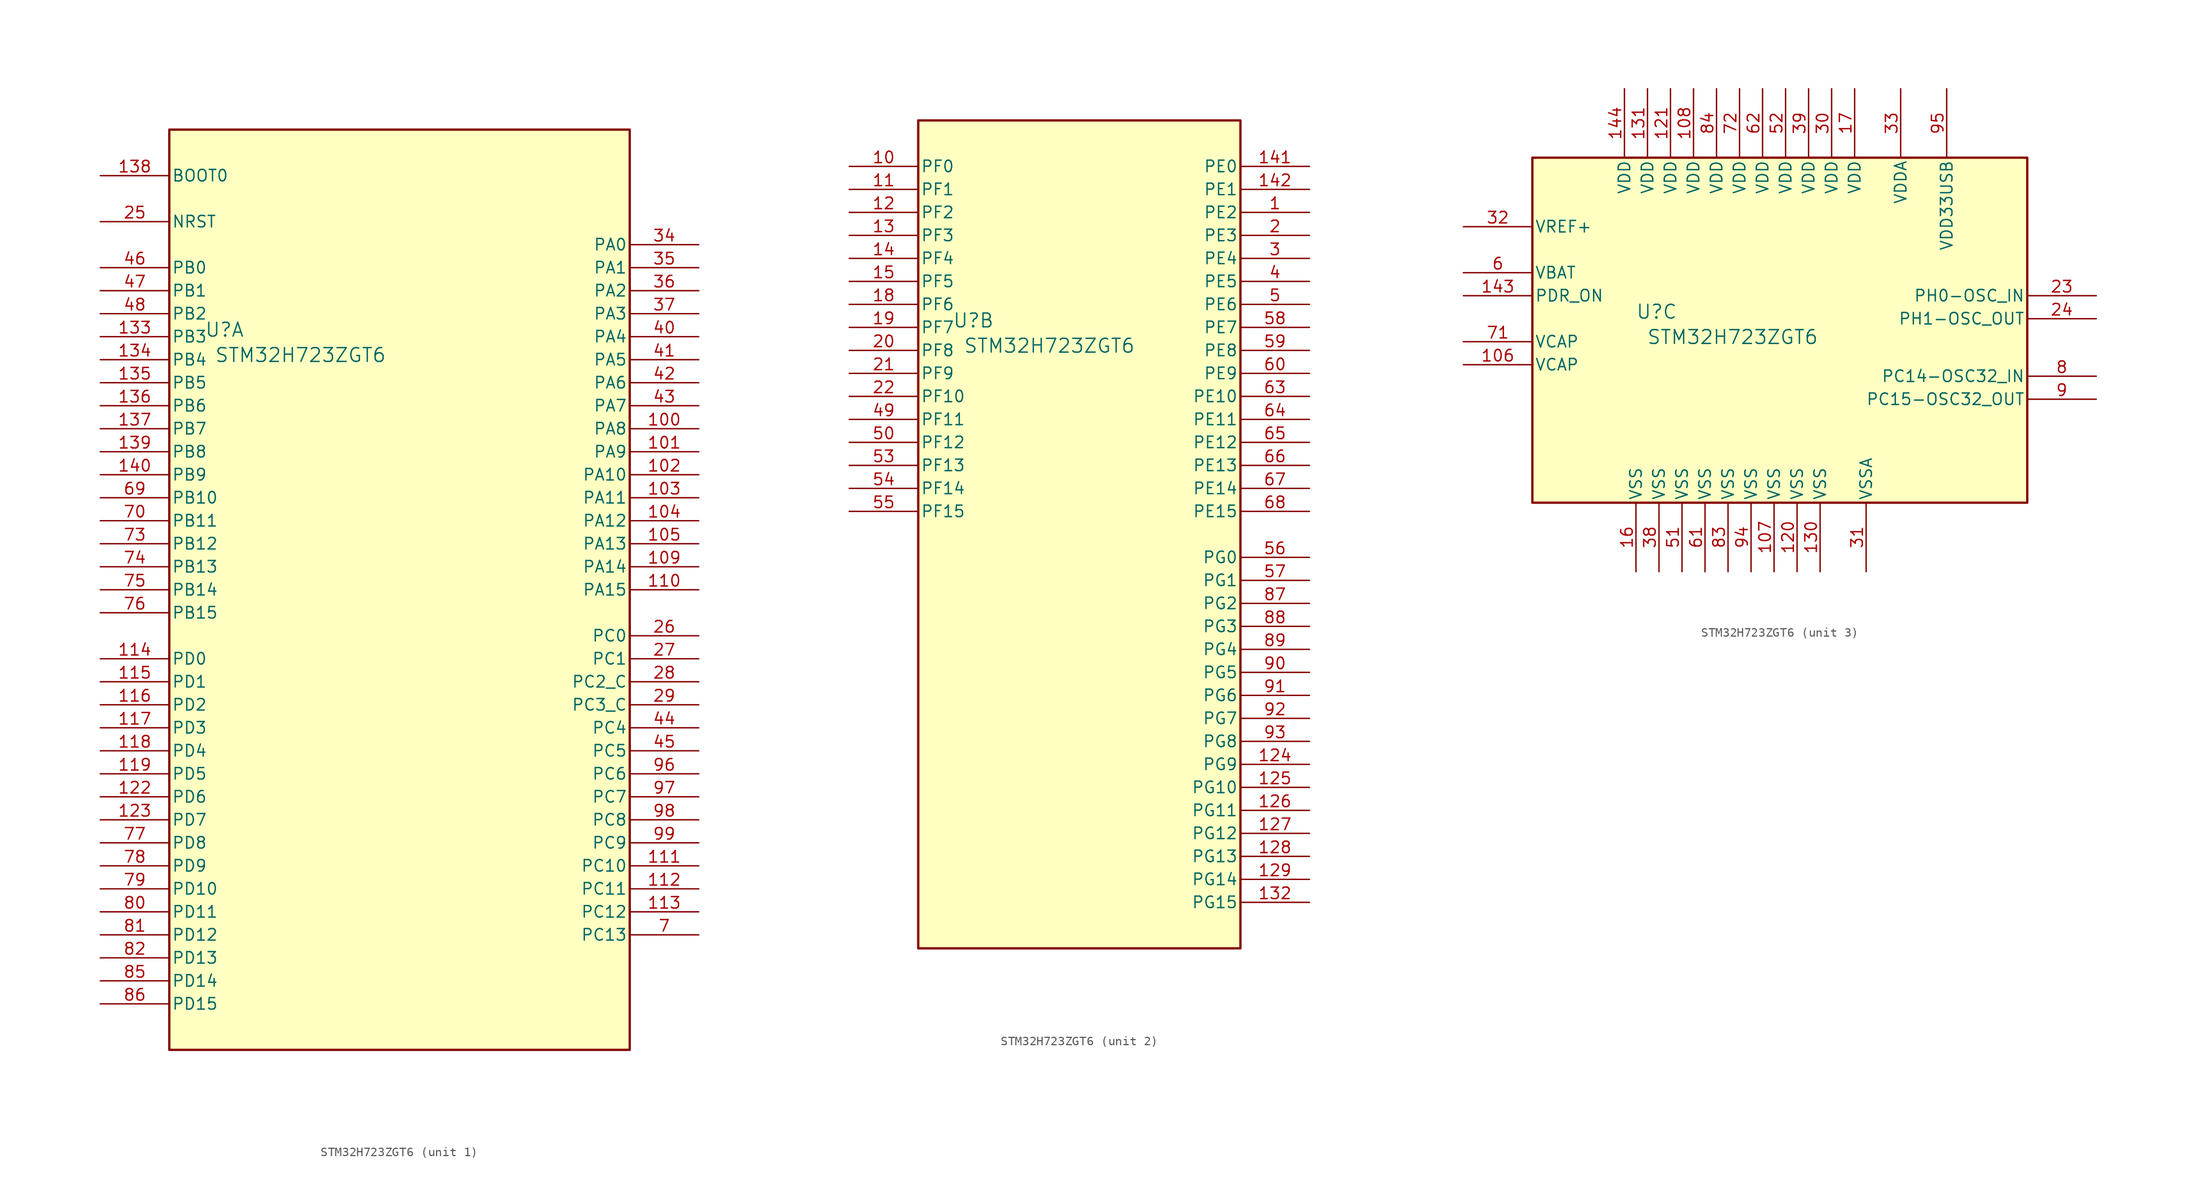
<source format=kicad_sym>
(kicad_symbol_lib
  (version 20231120)
  (generator "kicad_symbol_editor")
  (generator_version "8.0")
  (symbol "STM32H723ZGT6"
    (pin_names
      (offset 0.254))
    (property "Reference" "U"
      (at 13.716 -17.018 0)
      (effects (font (size 1.524 1.524))))
    (property "Value" "STM32H723ZGT6"
      (at 22.098 -19.812 0)
      (effects (font (size 1.524 1.524))))
    (property "ki_locked" ""
      (at 0 0 0)
      (effects (font (size 1.27 1.27))))
    (symbol "STM32H723ZGT6_1_1"
      (rectangle (start 7.62 5.08) (end 58.42 -96.52) (stroke (width 0.254) (type default)) (fill (type background)))
      (pin bidirectional line (at 66.04 -27.94 180) (length 7.62) (name "PA8" (effects (font (size 1.27 1.27)))) (number "100" (effects (font (size 1.27 1.27)))))
      (pin bidirectional line (at 66.04 -30.48 180) (length 7.62) (name "PA9" (effects (font (size 1.27 1.27)))) (number "101" (effects (font (size 1.27 1.27)))))
      (pin bidirectional line (at 66.04 -33.02 180) (length 7.62) (name "PA10" (effects (font (size 1.27 1.27)))) (number "102" (effects (font (size 1.27 1.27)))))
      (pin bidirectional line (at 66.04 -35.56 180) (length 7.62) (name "PA11" (effects (font (size 1.27 1.27)))) (number "103" (effects (font (size 1.27 1.27)))))
      (pin bidirectional line (at 66.04 -38.1 180) (length 7.62) (name "PA12" (effects (font (size 1.27 1.27)))) (number "104" (effects (font (size 1.27 1.27)))))
      (pin bidirectional line (at 66.04 -40.64 180) (length 7.62) (name "PA13" (effects (font (size 1.27 1.27)))) (number "105" (effects (font (size 1.27 1.27)))))
      (pin bidirectional line (at 66.04 -43.18 180) (length 7.62) (name "PA14" (effects (font (size 1.27 1.27)))) (number "109" (effects (font (size 1.27 1.27)))))
      (pin bidirectional line (at 66.04 -45.72 180) (length 7.62) (name "PA15" (effects (font (size 1.27 1.27)))) (number "110" (effects (font (size 1.27 1.27)))))
      (pin bidirectional line (at 66.04 -76.2 180) (length 7.62) (name "PC10" (effects (font (size 1.27 1.27)))) (number "111" (effects (font (size 1.27 1.27)))))
      (pin bidirectional line (at 66.04 -78.74 180) (length 7.62) (name "PC11" (effects (font (size 1.27 1.27)))) (number "112" (effects (font (size 1.27 1.27)))))
      (pin bidirectional line (at 66.04 -81.28 180) (length 7.62) (name "PC12" (effects (font (size 1.27 1.27)))) (number "113" (effects (font (size 1.27 1.27)))))
      (pin bidirectional line (at 0 -53.34 0) (length 7.62) (name "PD0" (effects (font (size 1.27 1.27)))) (number "114" (effects (font (size 1.27 1.27)))))
      (pin bidirectional line (at 0 -55.88 0) (length 7.62) (name "PD1" (effects (font (size 1.27 1.27)))) (number "115" (effects (font (size 1.27 1.27)))))
      (pin bidirectional line (at 0 -58.42 0) (length 7.62) (name "PD2" (effects (font (size 1.27 1.27)))) (number "116" (effects (font (size 1.27 1.27)))))
      (pin bidirectional line (at 0 -60.96 0) (length 7.62) (name "PD3" (effects (font (size 1.27 1.27)))) (number "117" (effects (font (size 1.27 1.27)))))
      (pin bidirectional line (at 0 -63.5 0) (length 7.62) (name "PD4" (effects (font (size 1.27 1.27)))) (number "118" (effects (font (size 1.27 1.27)))))
      (pin bidirectional line (at 0 -66.04 0) (length 7.62) (name "PD5" (effects (font (size 1.27 1.27)))) (number "119" (effects (font (size 1.27 1.27)))))
      (pin bidirectional line (at 0 -68.58 0) (length 7.62) (name "PD6" (effects (font (size 1.27 1.27)))) (number "122" (effects (font (size 1.27 1.27)))))
      (pin bidirectional line (at 0 -71.12 0) (length 7.62) (name "PD7" (effects (font (size 1.27 1.27)))) (number "123" (effects (font (size 1.27 1.27)))))
      (pin bidirectional line (at 0 -17.78 0) (length 7.62) (name "PB3" (effects (font (size 1.27 1.27)))) (number "133" (effects (font (size 1.27 1.27)))))
      (pin bidirectional line (at 0 -20.32 0) (length 7.62) (name "PB4" (effects (font (size 1.27 1.27)))) (number "134" (effects (font (size 1.27 1.27)))))
      (pin bidirectional line (at 0 -22.86 0) (length 7.62) (name "PB5" (effects (font (size 1.27 1.27)))) (number "135" (effects (font (size 1.27 1.27)))))
      (pin bidirectional line (at 0 -25.4 0) (length 7.62) (name "PB6" (effects (font (size 1.27 1.27)))) (number "136" (effects (font (size 1.27 1.27)))))
      (pin bidirectional line (at 0 -27.94 0) (length 7.62) (name "PB7" (effects (font (size 1.27 1.27)))) (number "137" (effects (font (size 1.27 1.27)))))
      (pin input line (at 0 0 0) (length 7.62) (name "BOOT0" (effects (font (size 1.27 1.27)))) (number "138" (effects (font (size 1.27 1.27)))))
      (pin bidirectional line (at 0 -30.48 0) (length 7.62) (name "PB8" (effects (font (size 1.27 1.27)))) (number "139" (effects (font (size 1.27 1.27)))))
      (pin bidirectional line (at 0 -33.02 0) (length 7.62) (name "PB9" (effects (font (size 1.27 1.27)))) (number "140" (effects (font (size 1.27 1.27)))))
      (pin bidirectional line (at 0 -5.08 0) (length 7.62) (name "NRST" (effects (font (size 1.27 1.27)))) (number "25" (effects (font (size 1.27 1.27)))))
      (pin bidirectional line (at 66.04 -50.8 180) (length 7.62) (name "PC0" (effects (font (size 1.27 1.27)))) (number "26" (effects (font (size 1.27 1.27)))))
      (pin bidirectional line (at 66.04 -53.34 180) (length 7.62) (name "PC1" (effects (font (size 1.27 1.27)))) (number "27" (effects (font (size 1.27 1.27)))))
      (pin bidirectional line (at 66.04 -55.88 180) (length 7.62) (name "PC2_C" (effects (font (size 1.27 1.27)))) (number "28" (effects (font (size 1.27 1.27)))))
      (pin bidirectional line (at 66.04 -58.42 180) (length 7.62) (name "PC3_C" (effects (font (size 1.27 1.27)))) (number "29" (effects (font (size 1.27 1.27)))))
      (pin bidirectional line (at 66.04 -7.62 180) (length 7.62) (name "PA0" (effects (font (size 1.27 1.27)))) (number "34" (effects (font (size 1.27 1.27)))))
      (pin bidirectional line (at 66.04 -10.16 180) (length 7.62) (name "PA1" (effects (font (size 1.27 1.27)))) (number "35" (effects (font (size 1.27 1.27)))))
      (pin bidirectional line (at 66.04 -12.7 180) (length 7.62) (name "PA2" (effects (font (size 1.27 1.27)))) (number "36" (effects (font (size 1.27 1.27)))))
      (pin bidirectional line (at 66.04 -15.24 180) (length 7.62) (name "PA3" (effects (font (size 1.27 1.27)))) (number "37" (effects (font (size 1.27 1.27)))))
      (pin bidirectional line (at 66.04 -17.78 180) (length 7.62) (name "PA4" (effects (font (size 1.27 1.27)))) (number "40" (effects (font (size 1.27 1.27)))))
      (pin bidirectional line (at 66.04 -20.32 180) (length 7.62) (name "PA5" (effects (font (size 1.27 1.27)))) (number "41" (effects (font (size 1.27 1.27)))))
      (pin bidirectional line (at 66.04 -22.86 180) (length 7.62) (name "PA6" (effects (font (size 1.27 1.27)))) (number "42" (effects (font (size 1.27 1.27)))))
      (pin bidirectional line (at 66.04 -25.4 180) (length 7.62) (name "PA7" (effects (font (size 1.27 1.27)))) (number "43" (effects (font (size 1.27 1.27)))))
      (pin bidirectional line (at 66.04 -60.96 180) (length 7.62) (name "PC4" (effects (font (size 1.27 1.27)))) (number "44" (effects (font (size 1.27 1.27)))))
      (pin bidirectional line (at 66.04 -63.5 180) (length 7.62) (name "PC5" (effects (font (size 1.27 1.27)))) (number "45" (effects (font (size 1.27 1.27)))))
      (pin bidirectional line (at 0 -10.16 0) (length 7.62) (name "PB0" (effects (font (size 1.27 1.27)))) (number "46" (effects (font (size 1.27 1.27)))))
      (pin bidirectional line (at 0 -12.7 0) (length 7.62) (name "PB1" (effects (font (size 1.27 1.27)))) (number "47" (effects (font (size 1.27 1.27)))))
      (pin bidirectional line (at 0 -15.24 0) (length 7.62) (name "PB2" (effects (font (size 1.27 1.27)))) (number "48" (effects (font (size 1.27 1.27)))))
      (pin bidirectional line (at 0 -35.56 0) (length 7.62) (name "PB10" (effects (font (size 1.27 1.27)))) (number "69" (effects (font (size 1.27 1.27)))))
      (pin bidirectional line (at 66.04 -83.82 180) (length 7.62) (name "PC13" (effects (font (size 1.27 1.27)))) (number "7" (effects (font (size 1.27 1.27)))))
      (pin bidirectional line (at 0 -38.1 0) (length 7.62) (name "PB11" (effects (font (size 1.27 1.27)))) (number "70" (effects (font (size 1.27 1.27)))))
      (pin bidirectional line (at 0 -40.64 0) (length 7.62) (name "PB12" (effects (font (size 1.27 1.27)))) (number "73" (effects (font (size 1.27 1.27)))))
      (pin bidirectional line (at 0 -43.18 0) (length 7.62) (name "PB13" (effects (font (size 1.27 1.27)))) (number "74" (effects (font (size 1.27 1.27)))))
      (pin bidirectional line (at 0 -45.72 0) (length 7.62) (name "PB14" (effects (font (size 1.27 1.27)))) (number "75" (effects (font (size 1.27 1.27)))))
      (pin bidirectional line (at 0 -48.26 0) (length 7.62) (name "PB15" (effects (font (size 1.27 1.27)))) (number "76" (effects (font (size 1.27 1.27)))))
      (pin bidirectional line (at 0 -73.66 0) (length 7.62) (name "PD8" (effects (font (size 1.27 1.27)))) (number "77" (effects (font (size 1.27 1.27)))))
      (pin bidirectional line (at 0 -76.2 0) (length 7.62) (name "PD9" (effects (font (size 1.27 1.27)))) (number "78" (effects (font (size 1.27 1.27)))))
      (pin bidirectional line (at 0 -78.74 0) (length 7.62) (name "PD10" (effects (font (size 1.27 1.27)))) (number "79" (effects (font (size 1.27 1.27)))))
      (pin bidirectional line (at 0 -81.28 0) (length 7.62) (name "PD11" (effects (font (size 1.27 1.27)))) (number "80" (effects (font (size 1.27 1.27)))))
      (pin bidirectional line (at 0 -83.82 0) (length 7.62) (name "PD12" (effects (font (size 1.27 1.27)))) (number "81" (effects (font (size 1.27 1.27)))))
      (pin bidirectional line (at 0 -86.36 0) (length 7.62) (name "PD13" (effects (font (size 1.27 1.27)))) (number "82" (effects (font (size 1.27 1.27)))))
      (pin bidirectional line (at 0 -88.9 0) (length 7.62) (name "PD14" (effects (font (size 1.27 1.27)))) (number "85" (effects (font (size 1.27 1.27)))))
      (pin bidirectional line (at 0 -91.44 0) (length 7.62) (name "PD15" (effects (font (size 1.27 1.27)))) (number "86" (effects (font (size 1.27 1.27)))))
      (pin bidirectional line (at 66.04 -66.04 180) (length 7.62) (name "PC6" (effects (font (size 1.27 1.27)))) (number "96" (effects (font (size 1.27 1.27)))))
      (pin bidirectional line (at 66.04 -68.58 180) (length 7.62) (name "PC7" (effects (font (size 1.27 1.27)))) (number "97" (effects (font (size 1.27 1.27)))))
      (pin bidirectional line (at 66.04 -71.12 180) (length 7.62) (name "PC8" (effects (font (size 1.27 1.27)))) (number "98" (effects (font (size 1.27 1.27)))))
      (pin bidirectional line (at 66.04 -73.66 180) (length 7.62) (name "PC9" (effects (font (size 1.27 1.27)))) (number "99" (effects (font (size 1.27 1.27))))))
    (symbol "STM32H723ZGT6_2_1"
      (rectangle (start 7.62 5.08) (end 43.18 -86.36) (stroke (width 0.254) (type default)) (fill (type background)))
      (pin bidirectional line (at 50.8 -5.08 180) (length 7.62) (name "PE2" (effects (font (size 1.27 1.27)))) (number "1" (effects (font (size 1.27 1.27)))))
      (pin bidirectional line (at 0 0 0) (length 7.62) (name "PF0" (effects (font (size 1.27 1.27)))) (number "10" (effects (font (size 1.27 1.27)))))
      (pin bidirectional line (at 0 -2.54 0) (length 7.62) (name "PF1" (effects (font (size 1.27 1.27)))) (number "11" (effects (font (size 1.27 1.27)))))
      (pin bidirectional line (at 0 -5.08 0) (length 7.62) (name "PF2" (effects (font (size 1.27 1.27)))) (number "12" (effects (font (size 1.27 1.27)))))
      (pin bidirectional line (at 50.8 -66.04 180) (length 7.62) (name "PG9" (effects (font (size 1.27 1.27)))) (number "124" (effects (font (size 1.27 1.27)))))
      (pin bidirectional line (at 50.8 -68.58 180) (length 7.62) (name "PG10" (effects (font (size 1.27 1.27)))) (number "125" (effects (font (size 1.27 1.27)))))
      (pin bidirectional line (at 50.8 -71.12 180) (length 7.62) (name "PG11" (effects (font (size 1.27 1.27)))) (number "126" (effects (font (size 1.27 1.27)))))
      (pin bidirectional line (at 50.8 -73.66 180) (length 7.62) (name "PG12" (effects (font (size 1.27 1.27)))) (number "127" (effects (font (size 1.27 1.27)))))
      (pin bidirectional line (at 50.8 -76.2 180) (length 7.62) (name "PG13" (effects (font (size 1.27 1.27)))) (number "128" (effects (font (size 1.27 1.27)))))
      (pin bidirectional line (at 50.8 -78.74 180) (length 7.62) (name "PG14" (effects (font (size 1.27 1.27)))) (number "129" (effects (font (size 1.27 1.27)))))
      (pin bidirectional line (at 0 -7.62 0) (length 7.62) (name "PF3" (effects (font (size 1.27 1.27)))) (number "13" (effects (font (size 1.27 1.27)))))
      (pin bidirectional line (at 50.8 -81.28 180) (length 7.62) (name "PG15" (effects (font (size 1.27 1.27)))) (number "132" (effects (font (size 1.27 1.27)))))
      (pin bidirectional line (at 0 -10.16 0) (length 7.62) (name "PF4" (effects (font (size 1.27 1.27)))) (number "14" (effects (font (size 1.27 1.27)))))
      (pin bidirectional line (at 50.8 0 180) (length 7.62) (name "PE0" (effects (font (size 1.27 1.27)))) (number "141" (effects (font (size 1.27 1.27)))))
      (pin bidirectional line (at 50.8 -2.54 180) (length 7.62) (name "PE1" (effects (font (size 1.27 1.27)))) (number "142" (effects (font (size 1.27 1.27)))))
      (pin bidirectional line (at 0 -12.7 0) (length 7.62) (name "PF5" (effects (font (size 1.27 1.27)))) (number "15" (effects (font (size 1.27 1.27)))))
      (pin bidirectional line (at 0 -15.24 0) (length 7.62) (name "PF6" (effects (font (size 1.27 1.27)))) (number "18" (effects (font (size 1.27 1.27)))))
      (pin bidirectional line (at 0 -17.78 0) (length 7.62) (name "PF7" (effects (font (size 1.27 1.27)))) (number "19" (effects (font (size 1.27 1.27)))))
      (pin bidirectional line (at 50.8 -7.62 180) (length 7.62) (name "PE3" (effects (font (size 1.27 1.27)))) (number "2" (effects (font (size 1.27 1.27)))))
      (pin bidirectional line (at 0 -20.32 0) (length 7.62) (name "PF8" (effects (font (size 1.27 1.27)))) (number "20" (effects (font (size 1.27 1.27)))))
      (pin bidirectional line (at 0 -22.86 0) (length 7.62) (name "PF9" (effects (font (size 1.27 1.27)))) (number "21" (effects (font (size 1.27 1.27)))))
      (pin bidirectional line (at 0 -25.4 0) (length 7.62) (name "PF10" (effects (font (size 1.27 1.27)))) (number "22" (effects (font (size 1.27 1.27)))))
      (pin bidirectional line (at 50.8 -10.16 180) (length 7.62) (name "PE4" (effects (font (size 1.27 1.27)))) (number "3" (effects (font (size 1.27 1.27)))))
      (pin bidirectional line (at 50.8 -12.7 180) (length 7.62) (name "PE5" (effects (font (size 1.27 1.27)))) (number "4" (effects (font (size 1.27 1.27)))))
      (pin bidirectional line (at 0 -27.94 0) (length 7.62) (name "PF11" (effects (font (size 1.27 1.27)))) (number "49" (effects (font (size 1.27 1.27)))))
      (pin bidirectional line (at 50.8 -15.24 180) (length 7.62) (name "PE6" (effects (font (size 1.27 1.27)))) (number "5" (effects (font (size 1.27 1.27)))))
      (pin bidirectional line (at 0 -30.48 0) (length 7.62) (name "PF12" (effects (font (size 1.27 1.27)))) (number "50" (effects (font (size 1.27 1.27)))))
      (pin bidirectional line (at 0 -33.02 0) (length 7.62) (name "PF13" (effects (font (size 1.27 1.27)))) (number "53" (effects (font (size 1.27 1.27)))))
      (pin bidirectional line (at 0 -35.56 0) (length 7.62) (name "PF14" (effects (font (size 1.27 1.27)))) (number "54" (effects (font (size 1.27 1.27)))))
      (pin bidirectional line (at 0 -38.1 0) (length 7.62) (name "PF15" (effects (font (size 1.27 1.27)))) (number "55" (effects (font (size 1.27 1.27)))))
      (pin bidirectional line (at 50.8 -43.18 180) (length 7.62) (name "PG0" (effects (font (size 1.27 1.27)))) (number "56" (effects (font (size 1.27 1.27)))))
      (pin bidirectional line (at 50.8 -45.72 180) (length 7.62) (name "PG1" (effects (font (size 1.27 1.27)))) (number "57" (effects (font (size 1.27 1.27)))))
      (pin bidirectional line (at 50.8 -17.78 180) (length 7.62) (name "PE7" (effects (font (size 1.27 1.27)))) (number "58" (effects (font (size 1.27 1.27)))))
      (pin bidirectional line (at 50.8 -20.32 180) (length 7.62) (name "PE8" (effects (font (size 1.27 1.27)))) (number "59" (effects (font (size 1.27 1.27)))))
      (pin bidirectional line (at 50.8 -22.86 180) (length 7.62) (name "PE9" (effects (font (size 1.27 1.27)))) (number "60" (effects (font (size 1.27 1.27)))))
      (pin bidirectional line (at 50.8 -25.4 180) (length 7.62) (name "PE10" (effects (font (size 1.27 1.27)))) (number "63" (effects (font (size 1.27 1.27)))))
      (pin bidirectional line (at 50.8 -27.94 180) (length 7.62) (name "PE11" (effects (font (size 1.27 1.27)))) (number "64" (effects (font (size 1.27 1.27)))))
      (pin bidirectional line (at 50.8 -30.48 180) (length 7.62) (name "PE12" (effects (font (size 1.27 1.27)))) (number "65" (effects (font (size 1.27 1.27)))))
      (pin bidirectional line (at 50.8 -33.02 180) (length 7.62) (name "PE13" (effects (font (size 1.27 1.27)))) (number "66" (effects (font (size 1.27 1.27)))))
      (pin bidirectional line (at 50.8 -35.56 180) (length 7.62) (name "PE14" (effects (font (size 1.27 1.27)))) (number "67" (effects (font (size 1.27 1.27)))))
      (pin bidirectional line (at 50.8 -38.1 180) (length 7.62) (name "PE15" (effects (font (size 1.27 1.27)))) (number "68" (effects (font (size 1.27 1.27)))))
      (pin bidirectional line (at 50.8 -48.26 180) (length 7.62) (name "PG2" (effects (font (size 1.27 1.27)))) (number "87" (effects (font (size 1.27 1.27)))))
      (pin bidirectional line (at 50.8 -50.8 180) (length 7.62) (name "PG3" (effects (font (size 1.27 1.27)))) (number "88" (effects (font (size 1.27 1.27)))))
      (pin bidirectional line (at 50.8 -53.34 180) (length 7.62) (name "PG4" (effects (font (size 1.27 1.27)))) (number "89" (effects (font (size 1.27 1.27)))))
      (pin bidirectional line (at 50.8 -55.88 180) (length 7.62) (name "PG5" (effects (font (size 1.27 1.27)))) (number "90" (effects (font (size 1.27 1.27)))))
      (pin bidirectional line (at 50.8 -58.42 180) (length 7.62) (name "PG6" (effects (font (size 1.27 1.27)))) (number "91" (effects (font (size 1.27 1.27)))))
      (pin bidirectional line (at 50.8 -60.96 180) (length 7.62) (name "PG7" (effects (font (size 1.27 1.27)))) (number "92" (effects (font (size 1.27 1.27)))))
      (pin bidirectional line (at 50.8 -63.5 180) (length 7.62) (name "PG8" (effects (font (size 1.27 1.27)))) (number "93" (effects (font (size 1.27 1.27))))))
    (symbol "STM32H723ZGT6_3_1"
      (rectangle (start 0 0) (end 54.61 -38.1) (stroke (width 0.254) (type default)) (fill (type background)))
      (pin power_in line (at -7.62 -22.86 0) (length 7.62) (name "VCAP" (effects (font (size 1.27 1.27)))) (number "106" (effects (font (size 1.27 1.27)))))
      (pin power_in line (at 26.67 -45.72 90) (length 7.62) (name "VSS" (effects (font (size 1.27 1.27)))) (number "107" (effects (font (size 1.27 1.27)))))
      (pin power_in line (at 17.78 7.62 270) (length 7.62) (name "VDD" (effects (font (size 1.27 1.27)))) (number "108" (effects (font (size 1.27 1.27)))))
      (pin power_in line (at 29.21 -45.72 90) (length 7.62) (name "VSS" (effects (font (size 1.27 1.27)))) (number "120" (effects (font (size 1.27 1.27)))))
      (pin power_in line (at 15.24 7.62 270) (length 7.62) (name "VDD" (effects (font (size 1.27 1.27)))) (number "121" (effects (font (size 1.27 1.27)))))
      (pin power_in line (at 31.75 -45.72 90) (length 7.62) (name "VSS" (effects (font (size 1.27 1.27)))) (number "130" (effects (font (size 1.27 1.27)))))
      (pin power_in line (at 12.7 7.62 270) (length 7.62) (name "VDD" (effects (font (size 1.27 1.27)))) (number "131" (effects (font (size 1.27 1.27)))))
      (pin power_in line (at -7.62 -15.24 0) (length 7.62) (name "PDR_ON" (effects (font (size 1.27 1.27)))) (number "143" (effects (font (size 1.27 1.27)))))
      (pin power_in line (at 10.16 7.62 270) (length 7.62) (name "VDD" (effects (font (size 1.27 1.27)))) (number "144" (effects (font (size 1.27 1.27)))))
      (pin power_in line (at 11.43 -45.72 90) (length 7.62) (name "VSS" (effects (font (size 1.27 1.27)))) (number "16" (effects (font (size 1.27 1.27)))))
      (pin power_in line (at 35.56 7.62 270) (length 7.62) (name "VDD" (effects (font (size 1.27 1.27)))) (number "17" (effects (font (size 1.27 1.27)))))
      (pin bidirectional line (at 62.23 -15.24 180) (length 7.62) (name "PH0-OSC_IN" (effects (font (size 1.27 1.27)))) (number "23" (effects (font (size 1.27 1.27)))))
      (pin bidirectional line (at 62.23 -17.78 180) (length 7.62) (name "PH1-OSC_OUT" (effects (font (size 1.27 1.27)))) (number "24" (effects (font (size 1.27 1.27)))))
      (pin power_in line (at 33.02 7.62 270) (length 7.62) (name "VDD" (effects (font (size 1.27 1.27)))) (number "30" (effects (font (size 1.27 1.27)))))
      (pin power_in line (at 36.83 -45.72 90) (length 7.62) (name "VSSA" (effects (font (size 1.27 1.27)))) (number "31" (effects (font (size 1.27 1.27)))))
      (pin power_in line (at -7.62 -7.62 0) (length 7.62) (name "VREF+" (effects (font (size 1.27 1.27)))) (number "32" (effects (font (size 1.27 1.27)))))
      (pin power_in line (at 40.64 7.62 270) (length 7.62) (name "VDDA" (effects (font (size 1.27 1.27)))) (number "33" (effects (font (size 1.27 1.27)))))
      (pin power_in line (at 13.97 -45.72 90) (length 7.62) (name "VSS" (effects (font (size 1.27 1.27)))) (number "38" (effects (font (size 1.27 1.27)))))
      (pin power_in line (at 30.48 7.62 270) (length 7.62) (name "VDD" (effects (font (size 1.27 1.27)))) (number "39" (effects (font (size 1.27 1.27)))))
      (pin power_in line (at 16.51 -45.72 90) (length 7.62) (name "VSS" (effects (font (size 1.27 1.27)))) (number "51" (effects (font (size 1.27 1.27)))))
      (pin power_in line (at 27.94 7.62 270) (length 7.62) (name "VDD" (effects (font (size 1.27 1.27)))) (number "52" (effects (font (size 1.27 1.27)))))
      (pin power_in line (at -7.62 -12.7 0) (length 7.62) (name "VBAT" (effects (font (size 1.27 1.27)))) (number "6" (effects (font (size 1.27 1.27)))))
      (pin power_in line (at 19.05 -45.72 90) (length 7.62) (name "VSS" (effects (font (size 1.27 1.27)))) (number "61" (effects (font (size 1.27 1.27)))))
      (pin power_in line (at 25.4 7.62 270) (length 7.62) (name "VDD" (effects (font (size 1.27 1.27)))) (number "62" (effects (font (size 1.27 1.27)))))
      (pin power_in line (at -7.62 -20.32 0) (length 7.62) (name "VCAP" (effects (font (size 1.27 1.27)))) (number "71" (effects (font (size 1.27 1.27)))))
      (pin power_in line (at 22.86 7.62 270) (length 7.62) (name "VDD" (effects (font (size 1.27 1.27)))) (number "72" (effects (font (size 1.27 1.27)))))
      (pin bidirectional line (at 62.23 -24.13 180) (length 7.62) (name "PC14-OSC32_IN" (effects (font (size 1.27 1.27)))) (number "8" (effects (font (size 1.27 1.27)))))
      (pin power_in line (at 21.59 -45.72 90) (length 7.62) (name "VSS" (effects (font (size 1.27 1.27)))) (number "83" (effects (font (size 1.27 1.27)))))
      (pin power_in line (at 20.32 7.62 270) (length 7.62) (name "VDD" (effects (font (size 1.27 1.27)))) (number "84" (effects (font (size 1.27 1.27)))))
      (pin bidirectional line (at 62.23 -26.67 180) (length 7.62) (name "PC15-OSC32_OUT" (effects (font (size 1.27 1.27)))) (number "9" (effects (font (size 1.27 1.27)))))
      (pin power_in line (at 24.13 -45.72 90) (length 7.62) (name "VSS" (effects (font (size 1.27 1.27)))) (number "94" (effects (font (size 1.27 1.27)))))
      (pin power_in line (at 45.72 7.62 270) (length 7.62) (name "VDD33USB" (effects (font (size 1.27 1.27)))) (number "95" (effects (font (size 1.27 1.27))))))))
</source>
